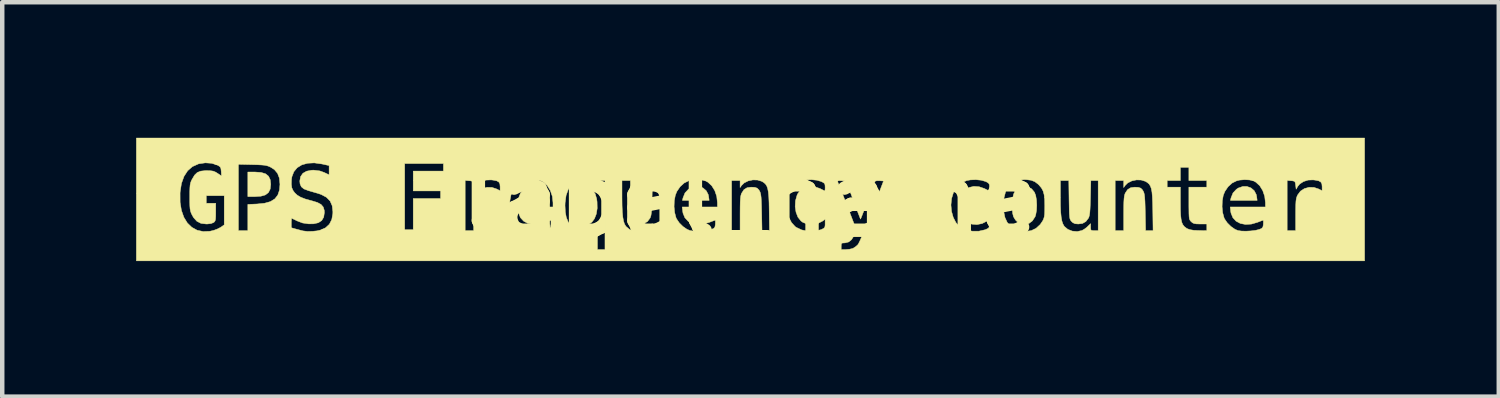
<source format=kicad_pcb>
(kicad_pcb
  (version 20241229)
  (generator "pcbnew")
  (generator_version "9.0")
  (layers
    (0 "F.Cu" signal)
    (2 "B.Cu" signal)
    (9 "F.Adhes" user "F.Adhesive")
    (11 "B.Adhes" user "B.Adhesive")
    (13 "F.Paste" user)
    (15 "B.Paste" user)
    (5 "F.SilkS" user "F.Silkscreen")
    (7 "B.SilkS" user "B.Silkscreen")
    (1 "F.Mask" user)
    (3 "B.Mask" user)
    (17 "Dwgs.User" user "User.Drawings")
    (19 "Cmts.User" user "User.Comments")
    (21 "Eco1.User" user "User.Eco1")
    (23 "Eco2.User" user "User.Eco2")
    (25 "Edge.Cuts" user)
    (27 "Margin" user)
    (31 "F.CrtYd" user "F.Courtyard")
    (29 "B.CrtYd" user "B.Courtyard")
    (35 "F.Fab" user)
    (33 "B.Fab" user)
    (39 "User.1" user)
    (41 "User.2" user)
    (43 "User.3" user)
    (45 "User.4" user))
  (footprint "label_name"
    (layer "F.Cu")
    (at 13.763 1.418)
    (property "Reference" "label_name" (at 0 0 0) (layer "F.SilkS") (effects (font (size 1.524 1.524) (thickness 0.3))))
    (attr through_hole)
    (fp_poly (pts (xy -4.834 -0.29) (xy -4.746 -0.257) (xy -4.675 -0.196) (xy -4.63 -0.11) (xy -4.621 -0.067) (xy -4.609 0.021) (xy -5.208 0.021) (xy -5.194 -0.037) (xy -5.15 -0.146) (xy -5.074 -0.227) (xy -5.032 -0.255) (xy -4.933 -0.29) (xy -4.834 -0.29)) (stroke (width 0.01) (type solid)) (fill yes) (layer "F.SilkS"))
    (fp_poly (pts (xy -1.151 -0.29) (xy -1.063 -0.257) (xy -0.992 -0.196) (xy -0.947 -0.11) (xy -0.938 -0.067) (xy -0.926 0.021) (xy -1.525 0.021) (xy -1.511 -0.037) (xy -1.467 -0.146) (xy -1.391 -0.227) (xy -1.349 -0.255) (xy -1.25 -0.29) (xy -1.151 -0.29)) (stroke (width 0.01) (type solid)) (fill yes) (layer "F.SilkS"))
    (fp_poly (pts (xy 11.125 -0.29) (xy 11.214 -0.257) (xy 11.285 -0.196) (xy 11.33 -0.11) (xy 11.339 -0.067) (xy 11.351 0.021) (xy 10.752 0.021) (xy 10.766 -0.037) (xy 10.81 -0.146) (xy 10.886 -0.227) (xy 10.927 -0.255) (xy 11.027 -0.29) (xy 11.125 -0.29)) (stroke (width 0.01) (type solid)) (fill yes) (layer "F.SilkS"))
    (fp_poly (pts (xy -11.097 -0.614) (xy -10.962 -0.604) (xy -10.863 -0.574) (xy -10.797 -0.52) (xy -10.759 -0.441) (xy -10.748 -0.339) (xy -10.76 -0.233) (xy -10.799 -0.155) (xy -10.867 -0.102) (xy -10.967 -0.073) (xy -11.097 -0.064) (xy -11.261 -0.064) (xy -11.261 -0.614) (xy -11.097 -0.614)) (stroke (width 0.01) (type solid)) (fill yes) (layer "F.SilkS"))
    (fp_poly (pts (xy -3.671 -0.289) (xy -3.617 -0.268) (xy -3.607 -0.263) (xy -3.532 -0.208) (xy -3.479 -0.126) (xy -3.446 -0.012) (xy -3.437 0.055) (xy -3.434 0.199) (xy -3.454 0.325) (xy -3.495 0.43) (xy -3.552 0.508) (xy -3.624 0.557) (xy -3.708 0.572) (xy -3.8 0.55) (xy -3.81 0.545) (xy -3.876 0.489) (xy -3.923 0.396) (xy -3.951 0.27) (xy -3.958 0.138) (xy -3.95 -0.009) (xy -3.926 -0.121) (xy -3.883 -0.201) (xy -3.819 -0.255) (xy -3.776 -0.273) (xy -3.717 -0.29) (xy -3.671 -0.289)) (stroke (width 0.01) (type solid)) (fill yes) (layer "F.SilkS"))
    (fp_poly (pts (xy 6.216 -0.283) (xy 6.299 -0.237) (xy 6.362 -0.161) (xy 6.39 -0.087) (xy 6.407 0.014) (xy 6.413 0.128) (xy 6.408 0.241) (xy 6.391 0.34) (xy 6.376 0.387) (xy 6.316 0.479) (xy 6.236 0.54) (xy 6.142 0.565) (xy 6.064 0.557) (xy 5.999 0.523) (xy 5.936 0.46) (xy 5.892 0.387) (xy 5.873 0.312) (xy 5.864 0.211) (xy 5.864 0.098) (xy 5.873 -0.012) (xy 5.891 -0.105) (xy 5.904 -0.141) (xy 5.962 -0.225) (xy 6.039 -0.277) (xy 6.127 -0.296) (xy 6.216 -0.283)) (stroke (width 0.01) (type solid)) (fill yes) (layer "F.SilkS"))
    (fp_poly (pts (xy 13.758 1.376) (xy -13.758 1.376) (xy -13.758 -0.141) (xy -12.779 -0.141) (xy -12.778 0.063) (xy -12.749 0.244) (xy -12.694 0.4) (xy -12.616 0.527) (xy -12.516 0.624) (xy -12.398 0.689) (xy -12.262 0.719) (xy -12.111 0.713) (xy -12.051 0.699) (xy -11.472 0.699) (xy -11.261 0.699) (xy -11.261 0.529) (xy -10.287 0.529) (xy -10.287 0.634) (xy -10.176 0.665) (xy -10.105 0.684) (xy -10.045 0.7) (xy -10.022 0.705) (xy -9.931 0.716) (xy -9.82 0.715) (xy -9.711 0.704) (xy -9.64 0.688) (xy -9.521 0.636) (xy -9.435 0.557) (xy -9.381 0.452) (xy -9.357 0.318) (xy -9.356 0.273) (xy -9.371 0.142) (xy -9.418 0.035) (xy -9.499 -0.048) (xy -9.615 -0.11) (xy -9.684 -0.134) (xy -9.768 -0.158) (xy -9.864 -0.186) (xy -9.911 -0.2) (xy -10.005 -0.236) (xy -10.063 -0.284) (xy -10.091 -0.35) (xy -10.097 -0.413) (xy -10.079 -0.511) (xy -10.028 -0.585) (xy -9.944 -0.633) (xy -9.828 -0.655) (xy -9.785 -0.656) (xy -9.648 -0.639) (xy -9.551 -0.604) (xy -9.44 -0.552) (xy -9.44 -0.759) (xy -9.602 -0.795) (xy -9.669 -0.804) (xy -7.747 -0.804) (xy -7.747 0.677) (xy -7.556 0.677) (xy -7.556 -0.021) (xy -6.943 -0.021) (xy -6.943 -0.191) (xy -7.556 -0.191) (xy -7.556 -0.426) (xy -6.392 -0.426) (xy -6.392 0.699) (xy -6.202 0.699) (xy -6.202 0.345) (xy -6.201 0.212) (xy -6.2 0.162) (xy -5.395 0.162) (xy -5.382 0.292) (xy -5.353 0.404) (xy -5.338 0.437) (xy -5.278 0.525) (xy -5.196 0.606) (xy -5.105 0.669) (xy -5.041 0.696) (xy -4.964 0.708) (xy -4.861 0.711) (xy -4.749 0.705) (xy -4.644 0.692) (xy -4.562 0.672) (xy -4.561 0.672) (xy -4.507 0.649) (xy -4.481 0.62) (xy -4.472 0.571) (xy -4.47 0.554) (xy -4.469 0.499) (xy -4.472 0.468) (xy -4.475 0.466) (xy -4.499 0.473) (xy -4.55 0.492) (xy -4.598 0.511) (xy -4.738 0.552) (xy -4.869 0.56) (xy -4.985 0.538) (xy -5.081 0.487) (xy -5.153 0.409) (xy -5.195 0.307) (xy -5.201 0.267) (xy -5.213 0.169) (xy -4.424 0.169) (xy -4.424 0.137) (xy -4.155 0.137) (xy -4.148 0.283) (xy -4.127 0.399) (xy -4.088 0.496) (xy -4.045 0.565) (xy -3.963 0.651) (xy -3.864 0.701) (xy -3.744 0.717) (xy -3.701 0.715) (xy -3.623 0.706) (xy -3.569 0.687) (xy -3.52 0.651) (xy -3.503 0.635) (xy -3.429 0.563) (xy -3.429 1.122) (xy -3.26 1.122) (xy -3.26 -0.423) (xy -2.879 -0.423) (xy -2.879 -0.043) (xy -2.877 0.139) (xy -2.871 0.284) (xy -2.86 0.397) (xy -2.844 0.485) (xy -2.822 0.551) (xy -2.792 0.601) (xy -2.789 0.605) (xy -2.712 0.67) (xy -2.613 0.709) (xy -2.503 0.719) (xy -2.399 0.697) (xy -2.345 0.668) (xy -2.286 0.623) (xy -2.27 0.608) (xy -2.201 0.542) (xy -2.201 0.62) (xy -2.199 0.67) (xy -2.184 0.693) (xy -2.144 0.698) (xy -2.117 0.699) (xy -2.032 0.699) (xy -2.032 0.162) (xy -1.712 0.162) (xy -1.699 0.292) (xy -1.67 0.404) (xy -1.655 0.437) (xy -1.595 0.525) (xy -1.513 0.606) (xy -1.422 0.669) (xy -1.358 0.696) (xy -1.281 0.708) (xy -1.178 0.711) (xy -1.066 0.705) (xy -0.961 0.692) (xy -0.879 0.672) (xy -0.878 0.672) (xy -0.824 0.649) (xy -0.798 0.62) (xy -0.789 0.571) (xy -0.787 0.554) (xy -0.786 0.499) (xy -0.789 0.468) (xy -0.792 0.466) (xy -0.816 0.473) (xy -0.867 0.492) (xy -0.915 0.511) (xy -1.055 0.552) (xy -1.186 0.56) (xy -1.302 0.538) (xy -1.398 0.487) (xy -1.47 0.409) (xy -1.512 0.307) (xy -1.518 0.267) (xy -1.53 0.169) (xy -0.741 0.169) (xy -0.741 0.073) (xy -0.756 -0.069) (xy -0.8 -0.198) (xy -0.868 -0.307) (xy -0.955 -0.387) (xy -1.009 -0.416) (xy -1.04 -0.423) (xy -0.423 -0.423) (xy -0.423 0.699) (xy -0.233 0.699) (xy -0.233 0.315) (xy -0.232 0.17) (xy -0.23 0.061) (xy -0.225 -0.02) (xy -0.218 -0.077) (xy -0.207 -0.119) (xy -0.198 -0.14) (xy -0.146 -0.22) (xy -0.076 -0.263) (xy 0.014 -0.275) (xy 0.096 -0.271) (xy 0.149 -0.253) (xy 0.187 -0.215) (xy 0.207 -0.183) (xy 0.22 -0.151) (xy 0.23 -0.108) (xy 0.238 -0.047) (xy 0.243 0.039) (xy 0.247 0.154) (xy 0.25 0.291) (xy 0.258 0.699) (xy 0.426 0.699) (xy 0.419 0.249) (xy 0.417 0.124) (xy 0.808 0.124) (xy 0.821 0.267) (xy 0.859 0.402) (xy 0.919 0.518) (xy 1.001 0.608) (xy 1.026 0.626) (xy 1.147 0.683) (xy 1.288 0.711) (xy 1.433 0.711) (xy 1.569 0.68) (xy 1.593 0.671) (xy 1.642 0.647) (xy 1.665 0.62) (xy 1.672 0.574) (xy 1.672 0.54) (xy 1.672 0.443) (xy 1.614 0.485) (xy 1.506 0.54) (xy 1.39 0.563) (xy 1.274 0.553) (xy 1.171 0.512) (xy 1.131 0.482) (xy 1.063 0.397) (xy 1.02 0.286) (xy 1.001 0.161) (xy 1.008 0.03) (xy 1.043 -0.094) (xy 1.059 -0.128) (xy 1.124 -0.213) (xy 1.214 -0.268) (xy 1.321 -0.293) (xy 1.438 -0.285) (xy 1.557 -0.244) (xy 1.557 -0.244) (xy 1.616 -0.214) (xy 1.656 -0.195) (xy 1.667 -0.191) (xy 1.67 -0.209) (xy 1.672 -0.256) (xy 1.672 -0.276) (xy 1.669 -0.33) (xy 1.652 -0.363) (xy 1.612 -0.389) (xy 1.592 -0.398) (xy 1.953 -0.398) (xy 1.991 -0.303) (xy 2.036 -0.189) (xy 2.086 -0.062) (xy 2.137 0.071) (xy 2.189 0.204) (xy 2.238 0.332) (xy 2.283 0.449) (xy 2.321 0.548) (xy 2.35 0.624) (xy 2.367 0.671) (xy 2.371 0.684) (xy 2.362 0.711) (xy 2.34 0.763) (xy 2.318 0.813) (xy 2.264 0.901) (xy 2.201 0.952) (xy 2.121 0.973) (xy 2.095 0.974) (xy 2.052 0.978) (xy 2.035 0.999) (xy 2.032 1.048) (xy 2.032 1.122) (xy 2.139 1.122) (xy 2.214 1.116) (xy 2.281 1.101) (xy 2.303 1.092) (xy 2.361 1.054) (xy 2.407 1.012) (xy 2.425 0.981) (xy 2.457 0.915) (xy 2.499 0.819) (xy 2.549 0.698) (xy 2.607 0.557) (xy 2.668 0.401) (xy 2.717 0.275) (xy 2.775 0.124) (xy 4.491 0.124) (xy 4.504 0.267) (xy 4.542 0.402) (xy 4.602 0.518) (xy 4.684 0.608) (xy 4.709 0.626) (xy 4.83 0.683) (xy 4.971 0.711) (xy 5.116 0.711) (xy 5.252 0.68) (xy 5.276 0.671) (xy 5.325 0.647) (xy 5.348 0.62) (xy 5.355 0.574) (xy 5.355 0.54) (xy 5.355 0.443) (xy 5.297 0.485) (xy 5.189 0.54) (xy 5.073 0.563) (xy 4.957 0.553) (xy 4.854 0.512) (xy 4.814 0.482) (xy 4.746 0.397) (xy 4.703 0.286) (xy 4.684 0.161) (xy 4.686 0.117) (xy 5.667 0.117) (xy 5.674 0.277) (xy 5.701 0.405) (xy 5.75 0.511) (xy 5.797 0.573) (xy 5.899 0.657) (xy 6.022 0.706) (xy 6.159 0.719) (xy 6.291 0.698) (xy 6.398 0.647) (xy 6.491 0.561) (xy 6.547 0.479) (xy 6.567 0.436) (xy 6.581 0.39) (xy 6.589 0.332) (xy 6.592 0.252) (xy 6.593 0.14) (xy 6.593 0.138) (xy 6.59 -0.001) (xy 6.578 -0.107) (xy 6.555 -0.189) (xy 6.518 -0.258) (xy 6.463 -0.323) (xy 6.442 -0.343) (xy 6.37 -0.398) (xy 6.305 -0.423) (xy 6.943 -0.423) (xy 6.943 -0.043) (xy 6.944 0.139) (xy 6.95 0.284) (xy 6.961 0.397) (xy 6.977 0.485) (xy 7 0.551) (xy 7.029 0.601) (xy 7.032 0.605) (xy 7.109 0.67) (xy 7.208 0.709) (xy 7.318 0.719) (xy 7.423 0.697) (xy 7.476 0.668) (xy 7.536 0.623) (xy 7.551 0.608) (xy 7.62 0.542) (xy 7.62 0.62) (xy 7.622 0.67) (xy 7.637 0.693) (xy 7.678 0.698) (xy 7.705 0.699) (xy 7.789 0.699) (xy 7.789 -0.423) (xy 8.17 -0.423) (xy 8.17 0.699) (xy 8.361 0.699) (xy 8.361 0.315) (xy 8.362 0.17) (xy 8.364 0.061) (xy 8.369 -0.02) (xy 8.376 -0.077) (xy 8.387 -0.119) (xy 8.395 -0.14) (xy 8.448 -0.22) (xy 8.518 -0.263) (xy 8.607 -0.275) (xy 8.689 -0.271) (xy 8.743 -0.253) (xy 8.781 -0.215) (xy 8.8 -0.183) (xy 8.814 -0.151) (xy 8.824 -0.108) (xy 8.831 -0.047) (xy 8.837 0.039) (xy 8.841 0.154) (xy 8.844 0.291) (xy 8.852 0.699) (xy 9.019 0.699) (xy 9.013 0.249) (xy 9.009 0.075) (xy 9.003 -0.061) (xy 8.994 -0.166) (xy 8.979 -0.245) (xy 8.957 -0.303) (xy 8.928 -0.347) (xy 8.889 -0.38) (xy 8.847 -0.406) (xy 8.791 -0.423) (xy 9.335 -0.423) (xy 9.335 -0.275) (xy 9.631 -0.275) (xy 9.631 0.069) (xy 9.632 0.227) (xy 9.637 0.35) (xy 9.647 0.442) (xy 9.662 0.511) (xy 9.683 0.561) (xy 9.712 0.6) (xy 9.723 0.611) (xy 9.776 0.651) (xy 9.841 0.676) (xy 9.927 0.691) (xy 10.044 0.696) (xy 10.059 0.697) (xy 10.223 0.699) (xy 10.223 0.55) (xy 10.074 0.55) (xy 9.992 0.548) (xy 9.939 0.54) (xy 9.902 0.523) (xy 9.873 0.498) (xy 9.854 0.478) (xy 9.841 0.456) (xy 9.831 0.427) (xy 9.826 0.382) (xy 9.823 0.315) (xy 9.822 0.22) (xy 9.821 0.162) (xy 10.565 0.162) (xy 10.577 0.292) (xy 10.607 0.404) (xy 10.621 0.437) (xy 10.682 0.525) (xy 10.764 0.606) (xy 10.854 0.669) (xy 10.919 0.696) (xy 10.996 0.708) (xy 11.099 0.711) (xy 11.211 0.705) (xy 11.316 0.692) (xy 11.398 0.672) (xy 11.398 0.672) (xy 11.452 0.649) (xy 11.478 0.62) (xy 11.488 0.571) (xy 11.489 0.554) (xy 11.491 0.499) (xy 11.487 0.468) (xy 11.485 0.466) (xy 11.461 0.473) (xy 11.41 0.492) (xy 11.362 0.511) (xy 11.222 0.552) (xy 11.091 0.56) (xy 10.975 0.538) (xy 10.879 0.487) (xy 10.807 0.409) (xy 10.765 0.307) (xy 10.758 0.267) (xy 10.747 0.169) (xy 11.536 0.169) (xy 11.536 0.073) (xy 11.52 -0.069) (xy 11.476 -0.198) (xy 11.409 -0.307) (xy 11.321 -0.387) (xy 11.268 -0.416) (xy 11.227 -0.426) (xy 12.023 -0.426) (xy 12.023 0.699) (xy 12.213 0.699) (xy 12.213 0.345) (xy 12.214 0.212) (xy 12.216 0.113) (xy 12.22 0.041) (xy 12.227 -0.012) (xy 12.238 -0.054) (xy 12.254 -0.093) (xy 12.259 -0.102) (xy 12.321 -0.185) (xy 12.409 -0.243) (xy 12.514 -0.272) (xy 12.625 -0.269) (xy 12.727 -0.235) (xy 12.806 -0.195) (xy 12.806 -0.287) (xy 12.8 -0.35) (xy 12.776 -0.391) (xy 12.729 -0.417) (xy 12.649 -0.433) (xy 12.605 -0.438) (xy 12.493 -0.434) (xy 12.389 -0.401) (xy 12.304 -0.345) (xy 12.261 -0.293) (xy 12.224 -0.229) (xy 12.213 -0.321) (xy 12.204 -0.378) (xy 12.187 -0.406) (xy 12.149 -0.416) (xy 12.113 -0.419) (xy 12.023 -0.426) (xy 11.227 -0.426) (xy 11.18 -0.437) (xy 11.072 -0.443) (xy 10.959 -0.434) (xy 10.893 -0.418) (xy 10.791 -0.368) (xy 10.699 -0.285) (xy 10.628 -0.18) (xy 10.592 -0.093) (xy 10.57 0.029) (xy 10.565 0.162) (xy 9.821 0.162) (xy 9.821 0.089) (xy 9.821 -0.275) (xy 10.223 -0.275) (xy 10.223 -0.423) (xy 9.821 -0.423) (xy 9.821 -0.72) (xy 9.631 -0.72) (xy 9.631 -0.423) (xy 9.335 -0.423) (xy 8.791 -0.423) (xy 8.753 -0.435) (xy 8.648 -0.438) (xy 8.544 -0.416) (xy 8.453 -0.371) (xy 8.395 -0.315) (xy 8.361 -0.266) (xy 8.361 -0.423) (xy 8.17 -0.423) (xy 7.789 -0.423) (xy 7.707 -0.423) (xy 7.625 -0.423) (xy 7.616 -0.037) (xy 7.612 0.109) (xy 7.607 0.219) (xy 7.601 0.299) (xy 7.592 0.357) (xy 7.581 0.397) (xy 7.572 0.417) (xy 7.513 0.495) (xy 7.438 0.538) (xy 7.344 0.55) (xy 7.272 0.544) (xy 7.223 0.521) (xy 7.195 0.496) (xy 7.178 0.476) (xy 7.165 0.455) (xy 7.155 0.426) (xy 7.149 0.383) (xy 7.144 0.32) (xy 7.141 0.232) (xy 7.139 0.111) (xy 7.137 0.009) (xy 7.131 -0.423) (xy 7.037 -0.423) (xy 6.943 -0.423) (xy 6.305 -0.423) (xy 6.289 -0.43) (xy 6.186 -0.443) (xy 6.133 -0.445) (xy 5.989 -0.428) (xy 5.872 -0.379) (xy 5.781 -0.296) (xy 5.717 -0.181) (xy 5.679 -0.033) (xy 5.667 0.117) (xy 4.686 0.117) (xy 4.691 0.03) (xy 4.726 -0.094) (xy 4.742 -0.128) (xy 4.807 -0.213) (xy 4.897 -0.268) (xy 5.004 -0.293) (xy 5.121 -0.285) (xy 5.24 -0.244) (xy 5.24 -0.244) (xy 5.299 -0.214) (xy 5.339 -0.195) (xy 5.35 -0.191) (xy 5.353 -0.209) (xy 5.355 -0.256) (xy 5.355 -0.276) (xy 5.352 -0.33) (xy 5.335 -0.363) (xy 5.295 -0.389) (xy 5.265 -0.403) (xy 5.168 -0.431) (xy 5.05 -0.443) (xy 4.927 -0.438) (xy 4.84 -0.422) (xy 4.753 -0.381) (xy 4.665 -0.312) (xy 4.59 -0.227) (xy 4.547 -0.155) (xy 4.505 -0.02) (xy 4.491 0.124) (xy 2.775 0.124) (xy 2.981 -0.413) (xy 2.895 -0.419) (xy 2.838 -0.42) (xy 2.799 -0.412) (xy 2.794 -0.409) (xy 2.783 -0.385) (xy 2.759 -0.327) (xy 2.726 -0.241) (xy 2.685 -0.134) (xy 2.639 -0.012) (xy 2.625 0.027) (xy 2.579 0.151) (xy 2.538 0.259) (xy 2.504 0.347) (xy 2.479 0.409) (xy 2.466 0.438) (xy 2.465 0.44) (xy 2.456 0.419) (xy 2.435 0.365) (xy 2.403 0.282) (xy 2.363 0.178) (xy 2.318 0.057) (xy 2.301 0.011) (xy 2.143 -0.413) (xy 2.042 -0.419) (xy 1.98 -0.421) (xy 1.954 -0.412) (xy 1.953 -0.398) (xy 1.592 -0.398) (xy 1.582 -0.403) (xy 1.485 -0.431) (xy 1.367 -0.443) (xy 1.244 -0.438) (xy 1.157 -0.422) (xy 1.07 -0.381) (xy 0.982 -0.312) (xy 0.907 -0.227) (xy 0.864 -0.155) (xy 0.822 -0.02) (xy 0.808 0.124) (xy 0.417 0.124) (xy 0.416 0.075) (xy 0.41 -0.061) (xy 0.4 -0.166) (xy 0.385 -0.245) (xy 0.364 -0.303) (xy 0.334 -0.347) (xy 0.296 -0.38) (xy 0.253 -0.406) (xy 0.16 -0.435) (xy 0.054 -0.438) (xy -0.05 -0.416) (xy -0.14 -0.371) (xy -0.198 -0.315) (xy -0.233 -0.266) (xy -0.233 -0.423) (xy -0.423 -0.423) (xy -1.04 -0.423) (xy -1.096 -0.437) (xy -1.205 -0.443) (xy -1.317 -0.434) (xy -1.384 -0.418) (xy -1.486 -0.368) (xy -1.577 -0.285) (xy -1.649 -0.18) (xy -1.684 -0.093) (xy -1.707 0.029) (xy -1.712 0.162) (xy -2.032 0.162) (xy -2.032 -0.423) (xy -2.114 -0.423) (xy -2.197 -0.423) (xy -2.205 -0.037) (xy -2.209 0.109) (xy -2.214 0.219) (xy -2.221 0.299) (xy -2.229 0.357) (xy -2.241 0.397) (xy -2.25 0.417) (xy -2.308 0.495) (xy -2.383 0.538) (xy -2.478 0.55) (xy -2.549 0.544) (xy -2.599 0.521) (xy -2.626 0.496) (xy -2.644 0.476) (xy -2.657 0.455) (xy -2.666 0.426) (xy -2.673 0.383) (xy -2.677 0.32) (xy -2.68 0.232) (xy -2.682 0.111) (xy -2.684 0.009) (xy -2.691 -0.423) (xy -2.785 -0.423) (xy -2.879 -0.423) (xy -3.26 -0.423) (xy -3.344 -0.423) (xy -3.399 -0.421) (xy -3.423 -0.407) (xy -3.429 -0.373) (xy -3.429 -0.356) (xy -3.429 -0.288) (xy -3.487 -0.344) (xy -3.588 -0.413) (xy -3.701 -0.443) (xy -3.821 -0.433) (xy -3.907 -0.401) (xy -4.007 -0.33) (xy -4.082 -0.226) (xy -4.131 -0.09) (xy -4.153 0.075) (xy -4.155 0.137) (xy -4.424 0.137) (xy -4.424 0.073) (xy -4.439 -0.069) (xy -4.483 -0.198) (xy -4.551 -0.307) (xy -4.638 -0.387) (xy -4.692 -0.416) (xy -4.779 -0.437) (xy -4.888 -0.443) (xy -5 -0.434) (xy -5.067 -0.418) (xy -5.169 -0.368) (xy -5.26 -0.285) (xy -5.332 -0.18) (xy -5.367 -0.093) (xy -5.39 0.029) (xy -5.395 0.162) (xy -6.2 0.162) (xy -6.199 0.113) (xy -6.195 0.041) (xy -6.188 -0.012) (xy -6.177 -0.054) (xy -6.161 -0.093) (xy -6.156 -0.102) (xy -6.094 -0.185) (xy -6.006 -0.243) (xy -5.901 -0.272) (xy -5.79 -0.269) (xy -5.688 -0.235) (xy -5.609 -0.195) (xy -5.609 -0.287) (xy -5.615 -0.35) (xy -5.639 -0.391) (xy -5.686 -0.417) (xy -5.766 -0.433) (xy -5.81 -0.438) (xy -5.922 -0.434) (xy -6.026 -0.401) (xy -6.111 -0.345) (xy -6.154 -0.293) (xy -6.191 -0.229) (xy -6.202 -0.321) (xy -6.211 -0.378) (xy -6.228 -0.406) (xy -6.266 -0.416) (xy -6.302 -0.419) (xy -6.392 -0.426) (xy -7.556 -0.426) (xy -7.556 -0.635) (xy -6.879 -0.635) (xy -6.879 -0.804) (xy -7.747 -0.804) (xy -9.669 -0.804) (xy -9.771 -0.819) (xy -9.922 -0.811) (xy -10.051 -0.775) (xy -10.155 -0.711) (xy -10.23 -0.621) (xy -10.274 -0.507) (xy -10.283 -0.443) (xy -10.286 -0.34) (xy -10.276 -0.263) (xy -10.248 -0.2) (xy -10.209 -0.147) (xy -10.153 -0.095) (xy -10.077 -0.05) (xy -9.974 -0.01) (xy -9.837 0.028) (xy -9.821 0.032) (xy -9.703 0.068) (xy -9.621 0.112) (xy -9.572 0.169) (xy -9.549 0.243) (xy -9.546 0.292) (xy -9.561 0.396) (xy -9.606 0.473) (xy -9.682 0.522) (xy -9.79 0.546) (xy -9.9 0.547) (xy -10.035 0.527) (xy -10.153 0.482) (xy -10.156 0.481) (xy -10.218 0.45) (xy -10.262 0.429) (xy -10.278 0.423) (xy -10.283 0.442) (xy -10.286 0.491) (xy -10.287 0.529) (xy -11.261 0.529) (xy -11.261 0.111) (xy -11.053 0.102) (xy -10.886 0.085) (xy -10.754 0.048) (xy -10.656 -0.013) (xy -10.59 -0.097) (xy -10.552 -0.209) (xy -10.541 -0.339) (xy -10.554 -0.477) (xy -10.595 -0.585) (xy -10.666 -0.669) (xy -10.743 -0.719) (xy -10.787 -0.74) (xy -10.831 -0.755) (xy -10.882 -0.766) (xy -10.949 -0.772) (xy -11.042 -0.777) (xy -11.159 -0.78) (xy -11.472 -0.787) (xy -11.472 0.699) (xy -12.051 0.699) (xy -12.017 0.69) (xy -11.942 0.662) (xy -11.872 0.626) (xy -11.855 0.615) (xy -11.79 0.569) (xy -11.79 -0.085) (xy -12.192 -0.085) (xy -12.192 0.085) (xy -11.98 0.085) (xy -11.98 0.285) (xy -11.981 0.379) (xy -11.985 0.441) (xy -11.994 0.479) (xy -12.009 0.502) (xy -12.027 0.517) (xy -12.085 0.54) (xy -12.17 0.55) (xy -12.194 0.55) (xy -12.31 0.536) (xy -12.402 0.489) (xy -12.476 0.407) (xy -12.509 0.349) (xy -12.531 0.304) (xy -12.545 0.261) (xy -12.555 0.211) (xy -12.56 0.145) (xy -12.562 0.054) (xy -12.562 -0.054) (xy -12.562 -0.174) (xy -12.559 -0.261) (xy -12.554 -0.323) (xy -12.544 -0.371) (xy -12.529 -0.413) (xy -12.509 -0.453) (xy -12.454 -0.545) (xy -12.394 -0.603) (xy -12.318 -0.634) (xy -12.216 -0.645) (xy -12.184 -0.646) (xy -12.096 -0.643) (xy -12.035 -0.634) (xy -11.983 -0.612) (xy -11.941 -0.586) (xy -11.851 -0.527) (xy -11.857 -0.629) (xy -11.864 -0.692) (xy -11.881 -0.729) (xy -11.918 -0.756) (xy -11.943 -0.769) (xy -12.07 -0.81) (xy -12.213 -0.82) (xy -12.358 -0.799) (xy -12.37 -0.795) (xy -12.502 -0.736) (xy -12.609 -0.643) (xy -12.691 -0.517) (xy -12.748 -0.359) (xy -12.777 -0.17) (xy -12.779 -0.141) (xy -13.758 -0.141) (xy -13.758 -1.376) (xy 13.758 -1.376) (xy 13.758 1.376)) (stroke (width 0.01) (type solid)) (fill yes) (layer "F.SilkS")))
  (gr_rect
    (start -3 -3)
    (end 30.527 5.836)
    (stroke (width 0.1) (type default))
    (fill no)
    (layer "Edge.Cuts")))
</source>
